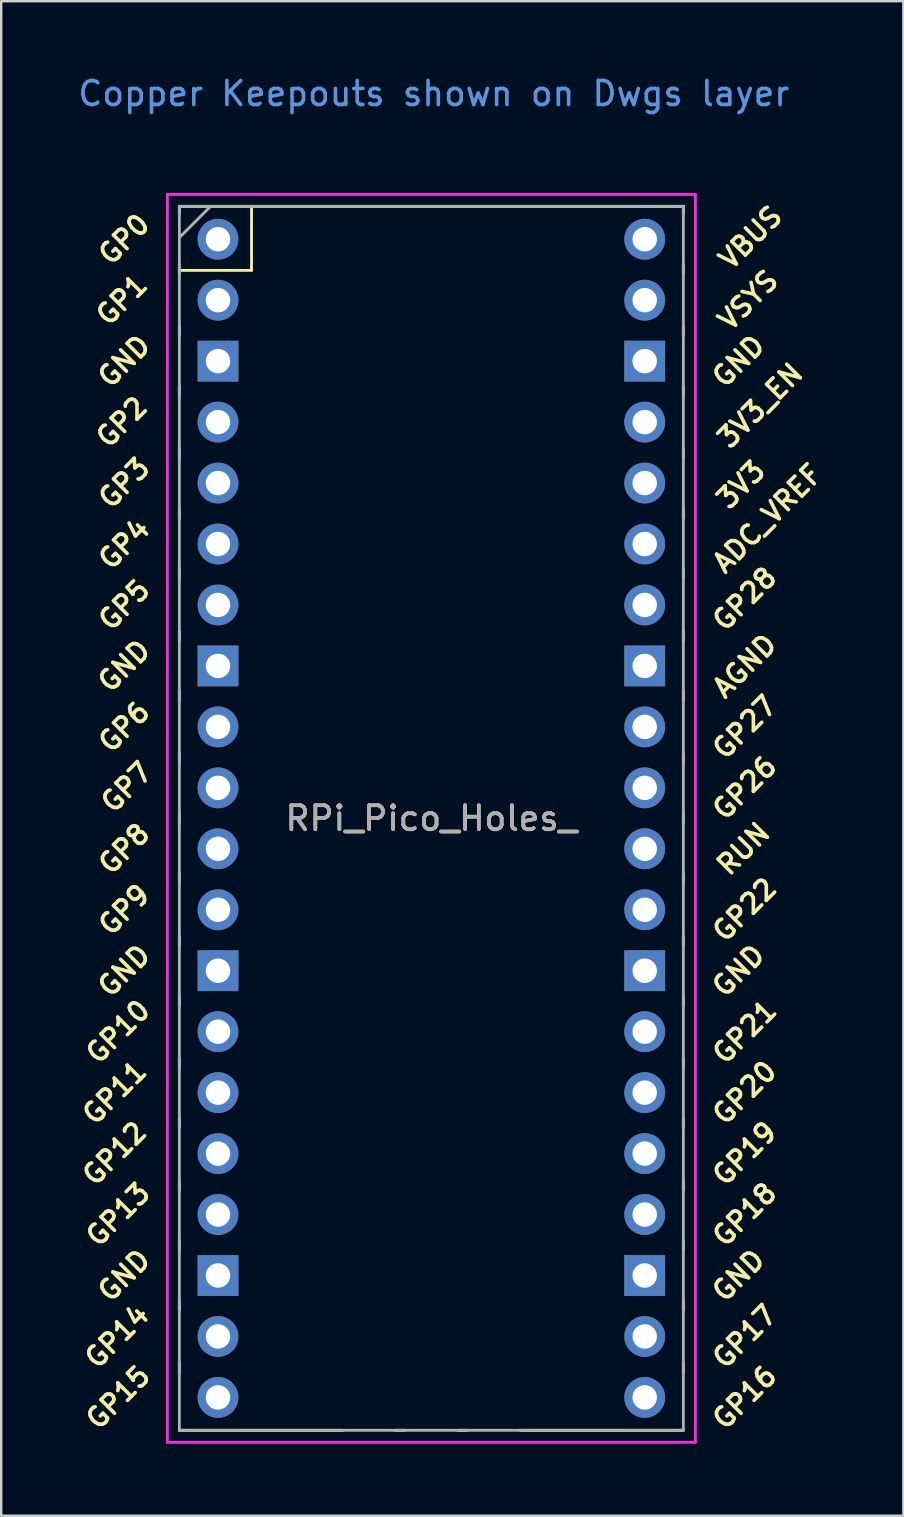
<source format=kicad_pcb>
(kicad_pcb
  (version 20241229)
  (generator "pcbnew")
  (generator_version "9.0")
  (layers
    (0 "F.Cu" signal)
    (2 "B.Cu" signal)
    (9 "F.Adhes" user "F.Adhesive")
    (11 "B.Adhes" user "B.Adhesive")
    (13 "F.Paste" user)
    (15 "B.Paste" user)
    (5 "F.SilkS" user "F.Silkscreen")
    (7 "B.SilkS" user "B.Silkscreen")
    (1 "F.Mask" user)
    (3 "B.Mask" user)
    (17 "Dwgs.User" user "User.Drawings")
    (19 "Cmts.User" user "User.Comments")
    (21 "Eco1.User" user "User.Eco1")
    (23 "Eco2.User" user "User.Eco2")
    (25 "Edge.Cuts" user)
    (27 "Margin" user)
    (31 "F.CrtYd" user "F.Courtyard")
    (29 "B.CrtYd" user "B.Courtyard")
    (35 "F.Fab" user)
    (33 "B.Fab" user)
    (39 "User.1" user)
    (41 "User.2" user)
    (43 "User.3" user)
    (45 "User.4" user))
  (footprint "RPi_Pico_Holes_"
    (layer "F.Cu")
    (at 14.924 31.048)
    (property "Reference" "RPi_Pico_Holes_" (at 0 0 0) (layer "F.SilkS") (effects (font (size 1 1) (thickness 0.15))))
    (attr through_hole)
    (fp_line (start -10.5 -25.5) (end -10.5 -25.2) (stroke (width 0.12) (type solid)) (layer "F.SilkS"))
    (fp_line (start -10.5 -25.5) (end 10.5 -25.5) (stroke (width 0.12) (type solid)) (layer "F.SilkS"))
    (fp_line (start -10.5 -23.1) (end -10.5 -22.7) (stroke (width 0.12) (type solid)) (layer "F.SilkS"))
    (fp_line (start -10.5 -22.833) (end -7.493 -22.833) (stroke (width 0.12) (type solid)) (layer "F.SilkS"))
    (fp_line (start -10.5 -20.5) (end -10.5 -20.1) (stroke (width 0.12) (type solid)) (layer "F.SilkS"))
    (fp_line (start -10.5 -18) (end -10.5 -17.6) (stroke (width 0.12) (type solid)) (layer "F.SilkS"))
    (fp_line (start -10.5 -15.4) (end -10.5 -15) (stroke (width 0.12) (type solid)) (layer "F.SilkS"))
    (fp_line (start -10.5 -12.9) (end -10.5 -12.5) (stroke (width 0.12) (type solid)) (layer "F.SilkS"))
    (fp_line (start -10.5 -10.4) (end -10.5 -10) (stroke (width 0.12) (type solid)) (layer "F.SilkS"))
    (fp_line (start -10.5 -7.8) (end -10.5 -7.4) (stroke (width 0.12) (type solid)) (layer "F.SilkS"))
    (fp_line (start -10.5 -5.3) (end -10.5 -4.9) (stroke (width 0.12) (type solid)) (layer "F.SilkS"))
    (fp_line (start -10.5 -2.7) (end -10.5 -2.3) (stroke (width 0.12) (type solid)) (layer "F.SilkS"))
    (fp_line (start -10.5 -0.2) (end -10.5 0.2) (stroke (width 0.12) (type solid)) (layer "F.SilkS"))
    (fp_line (start -10.5 2.3) (end -10.5 2.7) (stroke (width 0.12) (type solid)) (layer "F.SilkS"))
    (fp_line (start -10.5 4.9) (end -10.5 5.3) (stroke (width 0.12) (type solid)) (layer "F.SilkS"))
    (fp_line (start -10.5 7.4) (end -10.5 7.8) (stroke (width 0.12) (type solid)) (layer "F.SilkS"))
    (fp_line (start -10.5 10) (end -10.5 10.4) (stroke (width 0.12) (type solid)) (layer "F.SilkS"))
    (fp_line (start -10.5 12.5) (end -10.5 12.9) (stroke (width 0.12) (type solid)) (layer "F.SilkS"))
    (fp_line (start -10.5 15.1) (end -10.5 15.5) (stroke (width 0.12) (type solid)) (layer "F.SilkS"))
    (fp_line (start -10.5 17.6) (end -10.5 18) (stroke (width 0.12) (type solid)) (layer "F.SilkS"))
    (fp_line (start -10.5 20.1) (end -10.5 20.5) (stroke (width 0.12) (type solid)) (layer "F.SilkS"))
    (fp_line (start -10.5 22.7) (end -10.5 23.1) (stroke (width 0.12) (type solid)) (layer "F.SilkS"))
    (fp_line (start -7.493 -22.833) (end -7.493 -25.5) (stroke (width 0.12) (type solid)) (layer "F.SilkS"))
    (fp_line (start -3.7 25.5) (end -10.5 25.5) (stroke (width 0.12) (type solid)) (layer "F.SilkS"))
    (fp_line (start -1.5 25.5) (end -1.1 25.5) (stroke (width 0.12) (type solid)) (layer "F.SilkS"))
    (fp_line (start 1.1 25.5) (end 1.5 25.5) (stroke (width 0.12) (type solid)) (layer "F.SilkS"))
    (fp_line (start 10.5 -25.5) (end 10.5 -25.2) (stroke (width 0.12) (type solid)) (layer "F.SilkS"))
    (fp_line (start 10.5 -23.1) (end 10.5 -22.7) (stroke (width 0.12) (type solid)) (layer "F.SilkS"))
    (fp_line (start 10.5 -20.5) (end 10.5 -20.1) (stroke (width 0.12) (type solid)) (layer "F.SilkS"))
    (fp_line (start 10.5 -18) (end 10.5 -17.6) (stroke (width 0.12) (type solid)) (layer "F.SilkS"))
    (fp_line (start 10.5 -15.4) (end 10.5 -15) (stroke (width 0.12) (type solid)) (layer "F.SilkS"))
    (fp_line (start 10.5 -12.9) (end 10.5 -12.5) (stroke (width 0.12) (type solid)) (layer "F.SilkS"))
    (fp_line (start 10.5 -10.4) (end 10.5 -10) (stroke (width 0.12) (type solid)) (layer "F.SilkS"))
    (fp_line (start 10.5 -7.8) (end 10.5 -7.4) (stroke (width 0.12) (type solid)) (layer "F.SilkS"))
    (fp_line (start 10.5 -5.3) (end 10.5 -4.9) (stroke (width 0.12) (type solid)) (layer "F.SilkS"))
    (fp_line (start 10.5 -2.7) (end 10.5 -2.3) (stroke (width 0.12) (type solid)) (layer "F.SilkS"))
    (fp_line (start 10.5 -0.2) (end 10.5 0.2) (stroke (width 0.12) (type solid)) (layer "F.SilkS"))
    (fp_line (start 10.5 2.3) (end 10.5 2.7) (stroke (width 0.12) (type solid)) (layer "F.SilkS"))
    (fp_line (start 10.5 4.9) (end 10.5 5.3) (stroke (width 0.12) (type solid)) (layer "F.SilkS"))
    (fp_line (start 10.5 7.4) (end 10.5 7.8) (stroke (width 0.12) (type solid)) (layer "F.SilkS"))
    (fp_line (start 10.5 10) (end 10.5 10.4) (stroke (width 0.12) (type solid)) (layer "F.SilkS"))
    (fp_line (start 10.5 12.5) (end 10.5 12.9) (stroke (width 0.12) (type solid)) (layer "F.SilkS"))
    (fp_line (start 10.5 15.1) (end 10.5 15.5) (stroke (width 0.12) (type solid)) (layer "F.SilkS"))
    (fp_line (start 10.5 17.6) (end 10.5 18) (stroke (width 0.12) (type solid)) (layer "F.SilkS"))
    (fp_line (start 10.5 20.1) (end 10.5 20.5) (stroke (width 0.12) (type solid)) (layer "F.SilkS"))
    (fp_line (start 10.5 22.7) (end 10.5 23.1) (stroke (width 0.12) (type solid)) (layer "F.SilkS"))
    (fp_line (start 10.5 25.5) (end 3.7 25.5) (stroke (width 0.12) (type solid)) (layer "F.SilkS"))
    (fp_line (start -11 -26) (end 11 -26) (stroke (width 0.12) (type solid)) (layer "F.CrtYd"))
    (fp_line (start -11 26) (end -11 -26) (stroke (width 0.12) (type solid)) (layer "F.CrtYd"))
    (fp_line (start 11 -26) (end 11 26) (stroke (width 0.12) (type solid)) (layer "F.CrtYd"))
    (fp_line (start 11 26) (end -11 26) (stroke (width 0.12) (type solid)) (layer "F.CrtYd"))
    (fp_line (start -10.5 -25.5) (end 10.5 -25.5) (stroke (width 0.12) (type solid)) (layer "F.Fab"))
    (fp_line (start -10.5 -24.2) (end -9.2 -25.5) (stroke (width 0.12) (type solid)) (layer "F.Fab"))
    (fp_line (start -10.5 25.5) (end -10.5 -25.5) (stroke (width 0.12) (type solid)) (layer "F.Fab"))
    (fp_line (start 10.5 -25.5) (end 10.5 25.5) (stroke (width 0.12) (type solid)) (layer "F.Fab"))
    (fp_line (start 10.5 25.5) (end -10.5 25.5) (stroke (width 0.12) (type solid)) (layer "F.Fab"))
    (fp_text user "GND" (at 12.8 -19.05 45) (layer "F.SilkS") (effects (font (size 0.8 0.8) (thickness 0.15))))
    (fp_text user "GP10" (at -13.054 8.89 45) (layer "F.SilkS") (effects (font (size 0.8 0.8) (thickness 0.15))))
    (fp_text user "3V3" (at 12.9 -13.9 45) (layer "F.SilkS") (effects (font (size 0.8 0.8) (thickness 0.15))))
    (fp_text user "GP21" (at 13.054 8.9 45) (layer "F.SilkS") (effects (font (size 0.8 0.8) (thickness 0.15))))
    (fp_text user "RUN" (at 13 1.27 45) (layer "F.SilkS") (effects (font (size 0.8 0.8) (thickness 0.15))))
    (fp_text user "3V3_EN" (at 13.7 -17.2 45) (layer "F.SilkS") (effects (font (size 0.8 0.8) (thickness 0.15))))
    (fp_text user "GND" (at -12.8 -19.05 45) (layer "F.SilkS") (effects (font (size 0.8 0.8) (thickness 0.15))))
    (fp_text user "GP12" (at -13.2 13.97 45) (layer "F.SilkS") (effects (font (size 0.8 0.8) (thickness 0.15))))
    (fp_text user "GP5" (at -12.8 -8.89 45) (layer "F.SilkS") (effects (font (size 0.8 0.8) (thickness 0.15))))
    (fp_text user "GP9" (at -12.8 3.81 45) (layer "F.SilkS") (effects (font (size 0.8 0.8) (thickness 0.15))))
    (fp_text user "VSYS" (at 13.2 -21.59 45) (layer "F.SilkS") (effects (font (size 0.8 0.8) (thickness 0.15))))
    (fp_text user "GP15" (at -13.054 24.13 45) (layer "F.SilkS") (effects (font (size 0.8 0.8) (thickness 0.15))))
    (fp_text user "ADC_VREF" (at 14 -12.5 45) (layer "F.SilkS") (effects (font (size 0.8 0.8) (thickness 0.15))))
    (fp_text user "GP18" (at 13.054 16.51 45) (layer "F.SilkS") (effects (font (size 0.8 0.8) (thickness 0.15))))
    (fp_text user "GP7" (at -12.7 -1.3 45) (layer "F.SilkS") (effects (font (size 0.8 0.8) (thickness 0.15))))
    (fp_text user "GP14" (at -13.1 21.59 45) (layer "F.SilkS") (effects (font (size 0.8 0.8) (thickness 0.15))))
    (fp_text user "GP22" (at 13.054 3.81 45) (layer "F.SilkS") (effects (font (size 0.8 0.8) (thickness 0.15))))
    (fp_text user "GP0" (at -12.8 -24.13 45) (layer "F.SilkS") (effects (font (size 0.8 0.8) (thickness 0.15))))
    (fp_text user "GP6" (at -12.8 -3.81 45) (layer "F.SilkS") (effects (font (size 0.8 0.8) (thickness 0.15))))
    (fp_text user "GP17" (at 13.054 21.59 45) (layer "F.SilkS") (effects (font (size 0.8 0.8) (thickness 0.15))))
    (fp_text user "GP28" (at 13.054 -9.144 45) (layer "F.SilkS") (effects (font (size 0.8 0.8) (thickness 0.15))))
    (fp_text user "GP13" (at -13.054 16.51 45) (layer "F.SilkS") (effects (font (size 0.8 0.8) (thickness 0.15))))
    (fp_text user "GP1" (at -12.9 -21.6 45) (layer "F.SilkS") (effects (font (size 0.8 0.8) (thickness 0.15))))
    (fp_text user "GP27" (at 13.054 -3.8 45) (layer "F.SilkS") (effects (font (size 0.8 0.8) (thickness 0.15))))
    (fp_text user "GP11" (at -13.2 11.43 45) (layer "F.SilkS") (effects (font (size 0.8 0.8) (thickness 0.15))))
    (fp_text user "GP2" (at -12.9 -16.51 45) (layer "F.SilkS") (effects (font (size 0.8 0.8) (thickness 0.15))))
    (fp_text user "GND" (at -12.8 19.05 45) (layer "F.SilkS") (effects (font (size 0.8 0.8) (thickness 0.15))))
    (fp_text user "VBUS" (at 13.3 -24.2 45) (layer "F.SilkS") (effects (font (size 0.8 0.8) (thickness 0.15))))
    (fp_text user "GP4" (at -12.8 -11.43 45) (layer "F.SilkS") (effects (font (size 0.8 0.8) (thickness 0.15))))
    (fp_text user "GP8" (at -12.8 1.27 45) (layer "F.SilkS") (effects (font (size 0.8 0.8) (thickness 0.15))))
    (fp_text user "AGND" (at 13.054 -6.35 45) (layer "F.SilkS") (effects (font (size 0.8 0.8) (thickness 0.15))))
    (fp_text user "GND" (at 12.8 19.05 45) (layer "F.SilkS") (effects (font (size 0.8 0.8) (thickness 0.15))))
    (fp_text user "GP16" (at 13.054 24.13 45) (layer "F.SilkS") (effects (font (size 0.8 0.8) (thickness 0.15))))
    (fp_text user "GND" (at -12.8 -6.35 45) (layer "F.SilkS") (effects (font (size 0.8 0.8) (thickness 0.15))))
    (fp_text user "GND" (at -12.8 6.35 45) (layer "F.SilkS") (effects (font (size 0.8 0.8) (thickness 0.15))))
    (fp_text user "GP19" (at 13.054 13.97 45) (layer "F.SilkS") (effects (font (size 0.8 0.8) (thickness 0.15))))
    (fp_text user "GND" (at 12.8 6.35 45) (layer "F.SilkS") (effects (font (size 0.8 0.8) (thickness 0.15))))
    (fp_text user "GP26" (at 13.054 -1.27 45) (layer "F.SilkS") (effects (font (size 0.8 0.8) (thickness 0.15))))
    (fp_text user "GP3" (at -12.8 -13.97 45) (layer "F.SilkS") (effects (font (size 0.8 0.8) (thickness 0.15))))
    (fp_text user "GP20" (at 13.054 11.43 45) (layer "F.SilkS") (effects (font (size 0.8 0.8) (thickness 0.15))))
    (fp_text user "Copper Keepouts shown on Dwgs layer" (at 0.1 -30.2 0) (layer "Cmts.User") (effects (font (size 1 1) (thickness 0.15))))
    (fp_text user "${REFERENCE}" (at 0 0 180) (layer "F.Fab") (effects (font (size 1 1) (thickness 0.15))))
    (pad "1" thru_hole oval (at -8.89 -24.13) (size 1.7 1.7) (drill 1.02) (layers "*.Cu" "*.Mask"))
    (pad "2" thru_hole oval (at -8.89 -21.59) (size 1.7 1.7) (drill 1.02) (layers "*.Cu" "*.Mask"))
    (pad "3" thru_hole rect (at -8.89 -19.05) (size 1.7 1.7) (drill 1.02) (layers "*.Cu" "*.Mask"))
    (pad "4" thru_hole oval (at -8.89 -16.51) (size 1.7 1.7) (drill 1.02) (layers "*.Cu" "*.Mask"))
    (pad "5" thru_hole oval (at -8.89 -13.97) (size 1.7 1.7) (drill 1.02) (layers "*.Cu" "*.Mask"))
    (pad "6" thru_hole oval (at -8.89 -11.43) (size 1.7 1.7) (drill 1.02) (layers "*.Cu" "*.Mask"))
    (pad "7" thru_hole oval (at -8.89 -8.89) (size 1.7 1.7) (drill 1.02) (layers "*.Cu" "*.Mask"))
    (pad "8" thru_hole rect (at -8.89 -6.35) (size 1.7 1.7) (drill 1.02) (layers "*.Cu" "*.Mask"))
    (pad "9" thru_hole oval (at -8.89 -3.81) (size 1.7 1.7) (drill 1.02) (layers "*.Cu" "*.Mask"))
    (pad "10" thru_hole oval (at -8.89 -1.27) (size 1.7 1.7) (drill 1.02) (layers "*.Cu" "*.Mask"))
    (pad "11" thru_hole oval (at -8.89 1.27) (size 1.7 1.7) (drill 1.02) (layers "*.Cu" "*.Mask"))
    (pad "12" thru_hole oval (at -8.89 3.81) (size 1.7 1.7) (drill 1.02) (layers "*.Cu" "*.Mask"))
    (pad "13" thru_hole rect (at -8.89 6.35) (size 1.7 1.7) (drill 1.02) (layers "*.Cu" "*.Mask"))
    (pad "14" thru_hole oval (at -8.89 8.89) (size 1.7 1.7) (drill 1.02) (layers "*.Cu" "*.Mask"))
    (pad "15" thru_hole oval (at -8.89 11.43) (size 1.7 1.7) (drill 1.02) (layers "*.Cu" "*.Mask"))
    (pad "16" thru_hole oval (at -8.89 13.97) (size 1.7 1.7) (drill 1.02) (layers "*.Cu" "*.Mask"))
    (pad "17" thru_hole oval (at -8.89 16.51) (size 1.7 1.7) (drill 1.02) (layers "*.Cu" "*.Mask"))
    (pad "18" thru_hole rect (at -8.89 19.05) (size 1.7 1.7) (drill 1.02) (layers "*.Cu" "*.Mask"))
    (pad "19" thru_hole oval (at -8.89 21.59) (size 1.7 1.7) (drill 1.02) (layers "*.Cu" "*.Mask"))
    (pad "20" thru_hole oval (at -8.89 24.13) (size 1.7 1.7) (drill 1.02) (layers "*.Cu" "*.Mask"))
    (pad "21" thru_hole oval (at 8.89 24.13) (size 1.7 1.7) (drill 1.02) (layers "*.Cu" "*.Mask"))
    (pad "22" thru_hole oval (at 8.89 21.59) (size 1.7 1.7) (drill 1.02) (layers "*.Cu" "*.Mask"))
    (pad "23" thru_hole rect (at 8.89 19.05) (size 1.7 1.7) (drill 1.02) (layers "*.Cu" "*.Mask"))
    (pad "24" thru_hole oval (at 8.89 16.51) (size 1.7 1.7) (drill 1.02) (layers "*.Cu" "*.Mask"))
    (pad "25" thru_hole oval (at 8.89 13.97) (size 1.7 1.7) (drill 1.02) (layers "*.Cu" "*.Mask"))
    (pad "26" thru_hole oval (at 8.89 11.43) (size 1.7 1.7) (drill 1.02) (layers "*.Cu" "*.Mask"))
    (pad "27" thru_hole oval (at 8.89 8.89) (size 1.7 1.7) (drill 1.02) (layers "*.Cu" "*.Mask"))
    (pad "28" thru_hole rect (at 8.89 6.35) (size 1.7 1.7) (drill 1.02) (layers "*.Cu" "*.Mask"))
    (pad "29" thru_hole oval (at 8.89 3.81) (size 1.7 1.7) (drill 1.02) (layers "*.Cu" "*.Mask"))
    (pad "30" thru_hole oval (at 8.89 1.27) (size 1.7 1.7) (drill 1.02) (layers "*.Cu" "*.Mask"))
    (pad "31" thru_hole oval (at 8.89 -1.27) (size 1.7 1.7) (drill 1.02) (layers "*.Cu" "*.Mask"))
    (pad "32" thru_hole oval (at 8.89 -3.81) (size 1.7 1.7) (drill 1.02) (layers "*.Cu" "*.Mask"))
    (pad "33" thru_hole rect (at 8.89 -6.35) (size 1.7 1.7) (drill 1.02) (layers "*.Cu" "*.Mask"))
    (pad "34" thru_hole oval (at 8.89 -8.89) (size 1.7 1.7) (drill 1.02) (layers "*.Cu" "*.Mask"))
    (pad "35" thru_hole oval (at 8.89 -11.43) (size 1.7 1.7) (drill 1.02) (layers "*.Cu" "*.Mask"))
    (pad "36" thru_hole oval (at 8.89 -13.97) (size 1.7 1.7) (drill 1.02) (layers "*.Cu" "*.Mask"))
    (pad "37" thru_hole oval (at 8.89 -16.51) (size 1.7 1.7) (drill 1.02) (layers "*.Cu" "*.Mask"))
    (pad "38" thru_hole rect (at 8.89 -19.05) (size 1.7 1.7) (drill 1.02) (layers "*.Cu" "*.Mask"))
    (pad "39" thru_hole oval (at 8.89 -21.59) (size 1.7 1.7) (drill 1.02) (layers "*.Cu" "*.Mask"))
    (pad "40" thru_hole oval (at 8.89 -24.13) (size 1.7 1.7) (drill 1.02) (layers "*.Cu" "*.Mask")))
  (gr_rect
    (start -3 -3)
    (end 34.591 60.108)
    (stroke (width 0.1) (type default))
    (fill no)
    (layer "Edge.Cuts")))
</source>
